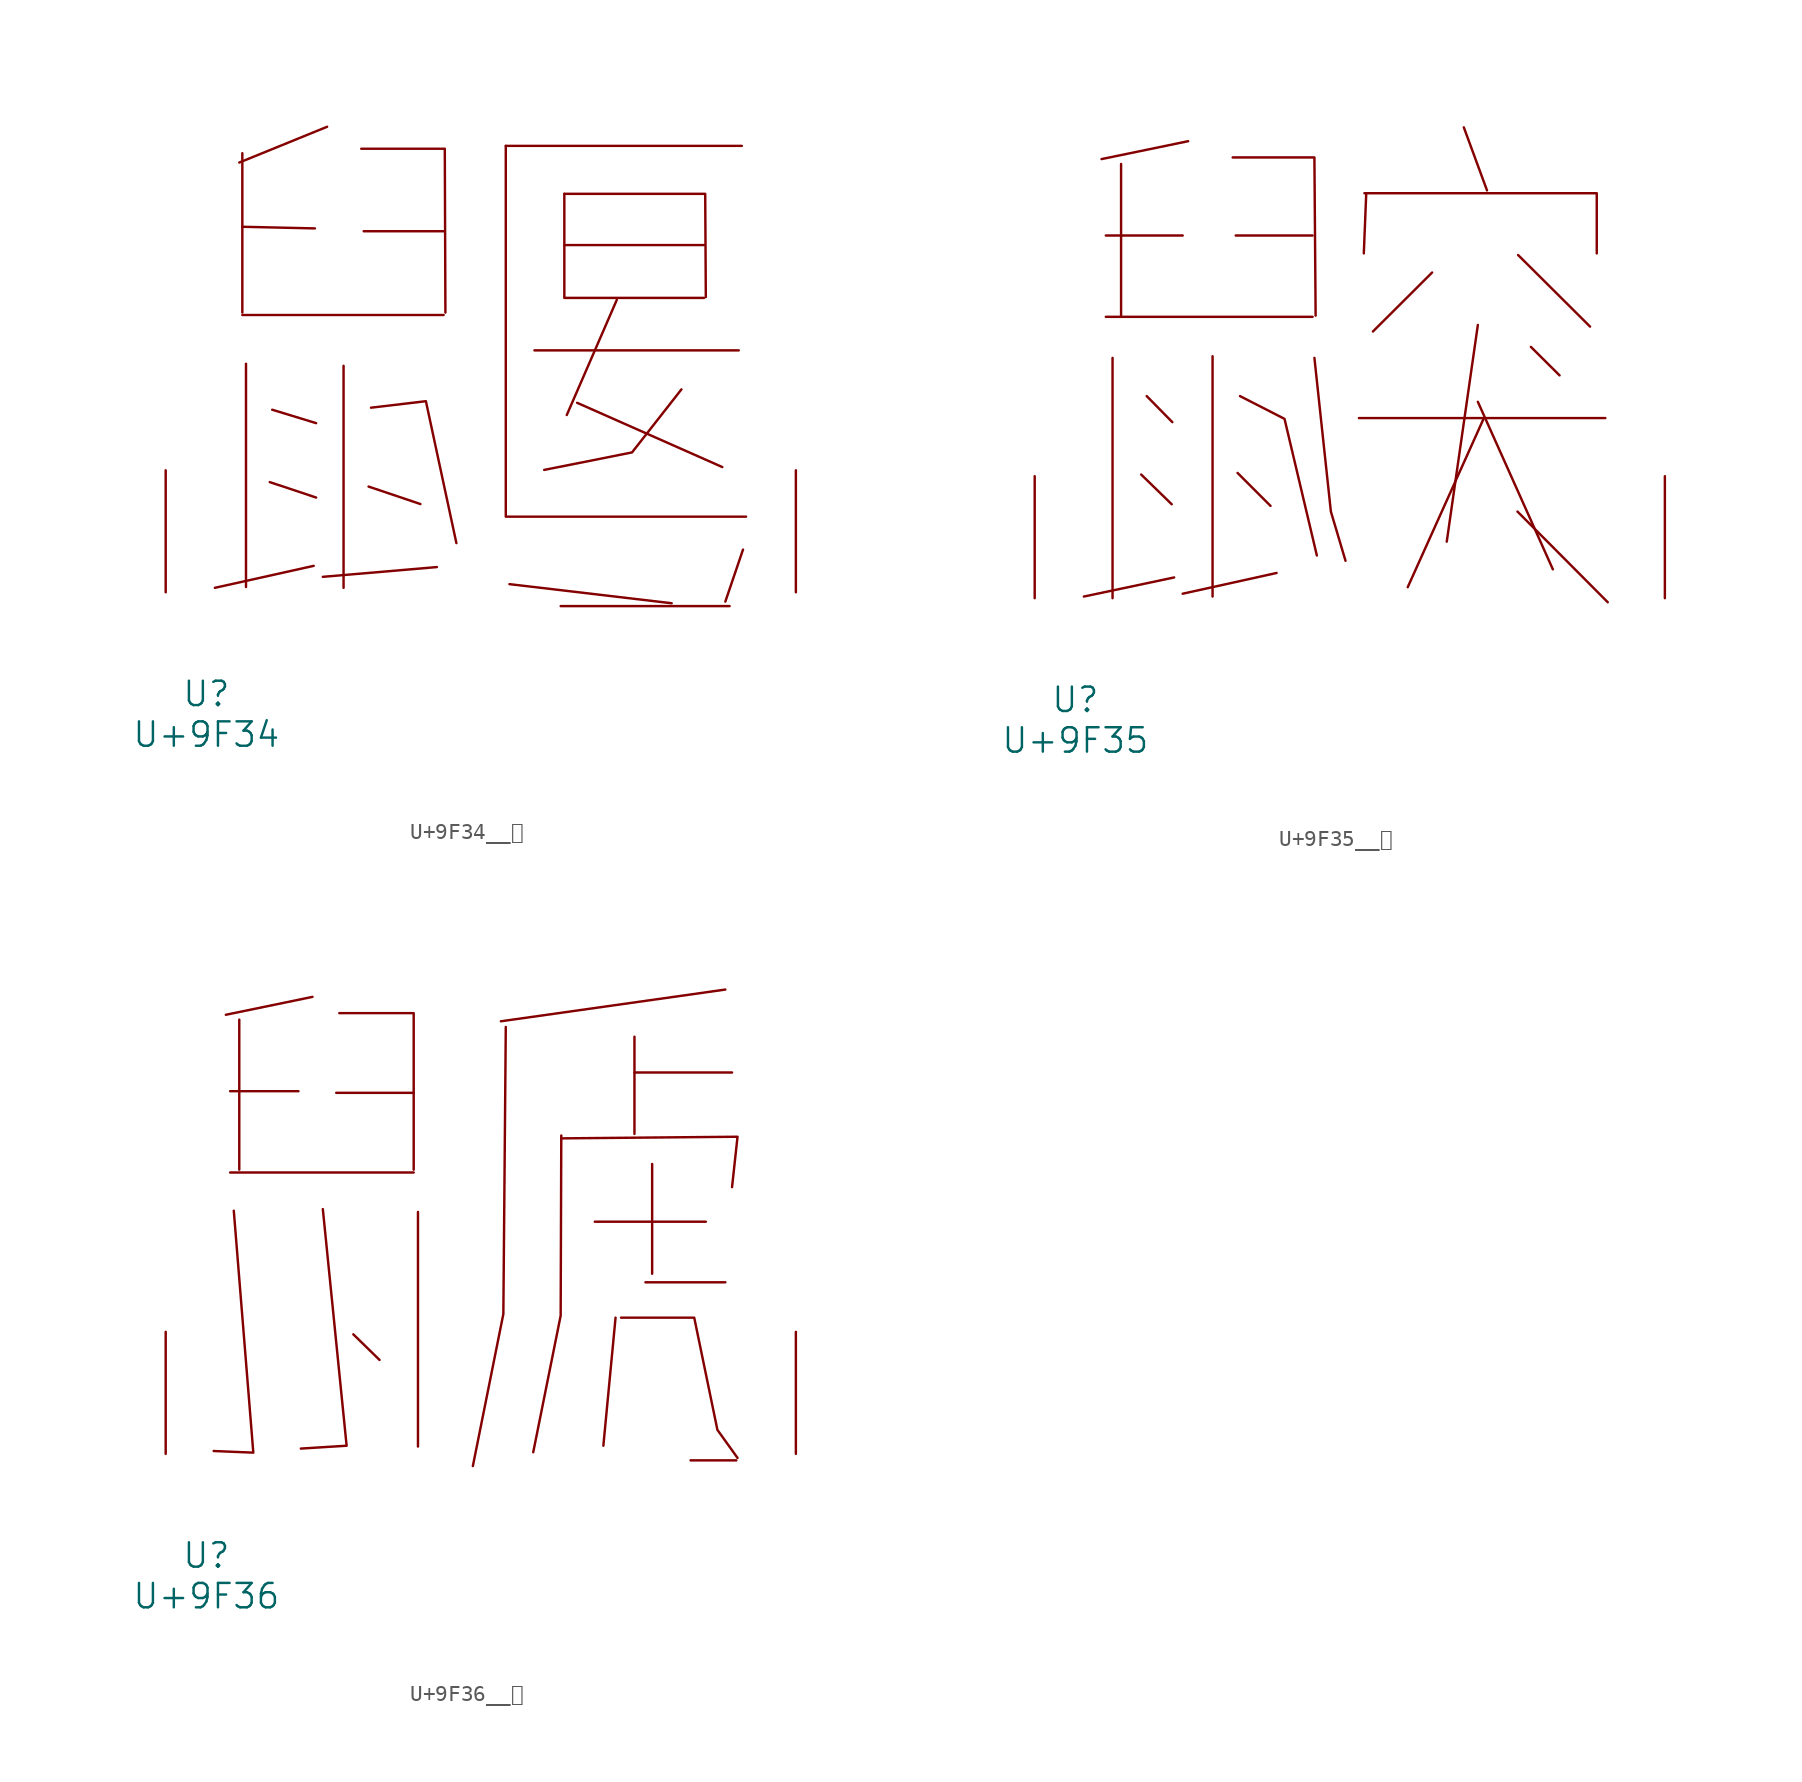
<source format=kicad_sym>
(kicad_symbol_lib
  (version 20231120)
  (generator "kicad_symbol_editor")
  (generator_version "8.0")
  (symbol "U+9F34__鼴"
    (pin_names
      (offset 1.016))
    (property "Reference" "U"
      (at 0 -6.35 0)
      (effects (font (size 1.524 1.524))))
    (property "Value" "U+9F34"
      (at 0 -8.89 0)
      (effects (font (size 1.524 1.524))))
    (symbol "U+9F34__鼴_0_1"
      (polyline (pts (xy 2.248 17.323) (xy 14.821 17.323)) (stroke (width 0) (type solid)) (fill (type none)))
      (polyline (pts (xy 2.248 22.835) (xy 6.782 22.733)) (stroke (width 0) (type solid)) (fill (type none)))
      (polyline (pts (xy 2.248 27.432) (xy 2.248 17.475)) (stroke (width 0) (type solid)) (fill (type none)))
      (polyline (pts (xy 2.477 14.275) (xy 2.477 0.33)) (stroke (width 0) (type solid)) (fill (type none)))
      (polyline (pts (xy 3.962 6.883) (xy 6.858 5.918)) (stroke (width 0) (type solid)) (fill (type none)))
      (polyline (pts (xy 4.115 11.405) (xy 6.858 10.566)) (stroke (width 0) (type solid)) (fill (type none)))
      (polyline (pts (xy 6.706 1.651) (xy 0.533 0.279)) (stroke (width 0) (type solid)) (fill (type none)))
      (polyline (pts (xy 7.544 29.083) (xy 2.057 26.848)) (stroke (width 0) (type solid)) (fill (type none)))
      (polyline (pts (xy 8.572 14.148) (xy 8.572 0.279)) (stroke (width 0) (type solid)) (fill (type none)))
      (polyline (pts (xy 9.83 22.555) (xy 14.821 22.555)) (stroke (width 0) (type solid)) (fill (type none)))
      (polyline (pts (xy 10.135 6.604) (xy 13.373 5.512)) (stroke (width 0) (type solid)) (fill (type none)))
      (polyline (pts (xy 14.402 1.575) (xy 7.277 0.965)) (stroke (width 0) (type solid)) (fill (type none)))
      (polyline (pts (xy 18.707 4.724) (xy 33.718 4.724)) (stroke (width 0) (type solid)) (fill (type none)))
      (polyline (pts (xy 18.707 27.889) (xy 18.707 4.801)) (stroke (width 0) (type solid)) (fill (type none)))
      (polyline (pts (xy 18.707 27.889) (xy 33.452 27.889)) (stroke (width 0) (type solid)) (fill (type none)))
      (polyline (pts (xy 18.936 0.508) (xy 29.07 -0.686)) (stroke (width 0) (type solid)) (fill (type none)))
      (polyline (pts (xy 20.498 15.113) (xy 33.261 15.113)) (stroke (width 0) (type solid)) (fill (type none)))
      (polyline (pts (xy 22.136 -0.864) (xy 32.69 -0.864)) (stroke (width 0) (type solid)) (fill (type none)))
      (polyline (pts (xy 22.365 18.39) (xy 31.09 18.39)) (stroke (width 0) (type solid)) (fill (type none)))
      (polyline (pts (xy 22.365 21.692) (xy 31.09 21.692)) (stroke (width 0) (type solid)) (fill (type none)))
      (polyline (pts (xy 22.365 24.892) (xy 22.365 18.44)) (stroke (width 0) (type solid)) (fill (type none)))
      (polyline (pts (xy 23.165 11.836) (xy 32.233 7.823)) (stroke (width 0) (type solid)) (fill (type none)))
      (polyline (pts (xy 25.641 18.263) (xy 22.517 11.074)) (stroke (width 0) (type solid)) (fill (type none)))
      (polyline (pts (xy 33.528 2.667) (xy 32.423 -0.584)) (stroke (width 0) (type solid)) (fill (type none)))
      (polyline (pts (xy 9.677 27.711) (xy 14.897 27.711) (xy 14.935 17.475)) (stroke (width 0) (type solid)) (fill (type none)))
      (polyline (pts (xy 10.287 11.532) (xy 13.716 11.938) (xy 15.621 3.073)) (stroke (width 0) (type solid)) (fill (type none)))
      (polyline (pts (xy 22.365 24.892) (xy 31.166 24.892) (xy 31.204 18.44)) (stroke (width 0) (type solid)) (fill (type none)))
      (polyline (pts (xy 29.68 12.675) (xy 26.594 8.738) (xy 21.107 7.645)) (stroke (width 0) (type solid)) (fill (type none)))
      (pin input line (at -2.54 0 90) (length 7.62) (name "~" (effects (font (size 1.27 1.27)))) (number "~" (effects (font (size 1.27 1.27)))))
      (pin input line (at 36.83 0 90) (length 7.62) (name "~" (effects (font (size 1.27 1.27)))) (number "~" (effects (font (size 1.27 1.27)))))))
  (symbol "U+9F35__鼵"
    (pin_names
      (offset 1.016))
    (property "Reference" "U"
      (at 0 -6.35 0)
      (effects (font (size 1.524 1.524))))
    (property "Value" "U+9F35"
      (at 0 -8.89 0)
      (effects (font (size 1.524 1.524))))
    (symbol "U+9F35__鼵_0_1"
      (polyline (pts (xy 1.905 17.577) (xy 14.821 17.577)) (stroke (width 0) (type solid)) (fill (type none)))
      (polyline (pts (xy 1.905 22.657) (xy 6.706 22.657)) (stroke (width 0) (type solid)) (fill (type none)))
      (polyline (pts (xy 2.324 15.011) (xy 2.324 0)) (stroke (width 0) (type solid)) (fill (type none)))
      (polyline (pts (xy 2.857 27.127) (xy 2.857 17.653)) (stroke (width 0) (type solid)) (fill (type none)))
      (polyline (pts (xy 4.115 7.722) (xy 6.02 5.867)) (stroke (width 0) (type solid)) (fill (type none)))
      (polyline (pts (xy 4.458 12.624) (xy 6.058 10.998)) (stroke (width 0) (type solid)) (fill (type none)))
      (polyline (pts (xy 6.172 1.295) (xy 0.533 0.102)) (stroke (width 0) (type solid)) (fill (type none)))
      (polyline (pts (xy 7.048 28.55) (xy 1.638 27.432)) (stroke (width 0) (type solid)) (fill (type none)))
      (polyline (pts (xy 8.572 15.113) (xy 8.572 0.102)) (stroke (width 0) (type solid)) (fill (type none)))
      (polyline (pts (xy 10.02 22.657) (xy 14.821 22.657)) (stroke (width 0) (type solid)) (fill (type none)))
      (polyline (pts (xy 10.135 7.823) (xy 12.192 5.766)) (stroke (width 0) (type solid)) (fill (type none)))
      (polyline (pts (xy 12.573 1.575) (xy 6.706 0.279)) (stroke (width 0) (type solid)) (fill (type none)))
      (polyline (pts (xy 17.716 11.252) (xy 33.109 11.252)) (stroke (width 0) (type solid)) (fill (type none)))
      (polyline (pts (xy 18.174 25.298) (xy 18.021 21.539)) (stroke (width 0) (type solid)) (fill (type none)))
      (polyline (pts (xy 22.288 20.345) (xy 18.593 16.662)) (stroke (width 0) (type solid)) (fill (type none)))
      (polyline (pts (xy 24.27 29.413) (xy 25.718 25.476)) (stroke (width 0) (type solid)) (fill (type none)))
      (polyline (pts (xy 25.146 12.268) (xy 29.832 1.803)) (stroke (width 0) (type solid)) (fill (type none)))
      (polyline (pts (xy 25.146 17.069) (xy 23.203 3.531)) (stroke (width 0) (type solid)) (fill (type none)))
      (polyline (pts (xy 25.489 11.176) (xy 20.765 0.686)) (stroke (width 0) (type solid)) (fill (type none)))
      (polyline (pts (xy 27.622 5.41) (xy 33.261 -0.254)) (stroke (width 0) (type solid)) (fill (type none)))
      (polyline (pts (xy 27.661 21.438) (xy 32.156 16.967)) (stroke (width 0) (type solid)) (fill (type none)))
      (polyline (pts (xy 28.461 15.697) (xy 30.251 13.919)) (stroke (width 0) (type solid)) (fill (type none)))
      (polyline (pts (xy 9.83 27.534) (xy 14.935 27.534) (xy 15.011 17.653)) (stroke (width 0) (type solid)) (fill (type none)))
      (polyline (pts (xy 10.287 12.624) (xy 13.068 11.201) (xy 15.088 2.667)) (stroke (width 0) (type solid)) (fill (type none)))
      (polyline (pts (xy 14.935 15.011) (xy 15.964 5.41) (xy 16.878 2.337)) (stroke (width 0) (type solid)) (fill (type none)))
      (polyline (pts (xy 18.059 25.298) (xy 32.575 25.298) (xy 32.575 21.539)) (stroke (width 0) (type solid)) (fill (type none)))
      (pin input line (at -2.54 0 90) (length 7.62) (name "~" (effects (font (size 1.27 1.27)))) (number "~" (effects (font (size 1.27 1.27)))))
      (pin input line (at 36.83 0 90) (length 7.62) (name "~" (effects (font (size 1.27 1.27)))) (number "~" (effects (font (size 1.27 1.27)))))))
  (symbol "U+9F36__鼶"
    (pin_names
      (offset 1.016))
    (property "Reference" "U"
      (at 0 -6.35 0)
      (effects (font (size 1.524 1.524))))
    (property "Value" "U+9F36"
      (at 0 -8.89 0)
      (effects (font (size 1.524 1.524))))
    (symbol "U+9F36__鼶_0_1"
      (polyline (pts (xy 1.486 17.577) (xy 12.954 17.577)) (stroke (width 0) (type solid)) (fill (type none)))
      (polyline (pts (xy 1.486 22.657) (xy 5.753 22.657)) (stroke (width 0) (type solid)) (fill (type none)))
      (polyline (pts (xy 2.057 27.127) (xy 2.057 17.755)) (stroke (width 0) (type solid)) (fill (type none)))
      (polyline (pts (xy 6.629 28.55) (xy 1.219 27.432)) (stroke (width 0) (type solid)) (fill (type none)))
      (polyline (pts (xy 8.115 22.555) (xy 12.954 22.555)) (stroke (width 0) (type solid)) (fill (type none)))
      (polyline (pts (xy 9.182 7.468) (xy 10.82 5.867)) (stroke (width 0) (type solid)) (fill (type none)))
      (polyline (pts (xy 13.221 15.113) (xy 13.221 0.457)) (stroke (width 0) (type solid)) (fill (type none)))
      (polyline (pts (xy 24.27 14.503) (xy 31.204 14.503)) (stroke (width 0) (type solid)) (fill (type none)))
      (polyline (pts (xy 25.565 8.509) (xy 24.803 0.508)) (stroke (width 0) (type solid)) (fill (type none)))
      (polyline (pts (xy 26.746 23.825) (xy 32.842 23.825)) (stroke (width 0) (type solid)) (fill (type none)))
      (polyline (pts (xy 26.746 26.06) (xy 26.746 19.99)) (stroke (width 0) (type solid)) (fill (type none)))
      (polyline (pts (xy 27.432 10.719) (xy 32.423 10.719)) (stroke (width 0) (type solid)) (fill (type none)))
      (polyline (pts (xy 27.851 18.11) (xy 27.851 11.252)) (stroke (width 0) (type solid)) (fill (type none)))
      (polyline (pts (xy 30.251 -0.406) (xy 33.109 -0.406)) (stroke (width 0) (type solid)) (fill (type none)))
      (polyline (pts (xy 32.423 29.007) (xy 18.402 27.026)) (stroke (width 0) (type solid)) (fill (type none)))
      (polyline (pts (xy 1.714 15.189) (xy 2.934 0.076) (xy 0.457 0.178)) (stroke (width 0) (type solid)) (fill (type none)))
      (polyline (pts (xy 7.277 15.291) (xy 8.763 0.508) (xy 5.905 0.33)) (stroke (width 0) (type solid)) (fill (type none)))
      (polyline (pts (xy 8.306 27.534) (xy 12.954 27.534) (xy 12.954 17.755)) (stroke (width 0) (type solid)) (fill (type none)))
      (polyline (pts (xy 18.707 26.67) (xy 18.555 8.738) (xy 16.65 -0.762)) (stroke (width 0) (type solid)) (fill (type none)))
      (polyline (pts (xy 22.174 19.71) (xy 33.185 19.812) (xy 32.842 16.662)) (stroke (width 0) (type solid)) (fill (type none)))
      (polyline (pts (xy 22.174 19.888) (xy 22.136 8.636) (xy 20.422 0.102)) (stroke (width 0) (type solid)) (fill (type none)))
      (polyline (pts (xy 25.908 8.509) (xy 30.48 8.509) (xy 31.928 1.499) (xy 33.185 -0.254)) (stroke (width 0) (type solid)) (fill (type none)))
      (pin input line (at -2.54 0 90) (length 7.62) (name "~" (effects (font (size 1.27 1.27)))) (number "~" (effects (font (size 1.27 1.27)))))
      (pin input line (at 36.83 0 90) (length 7.62) (name "~" (effects (font (size 1.27 1.27)))) (number "~" (effects (font (size 1.27 1.27))))))))
</source>
